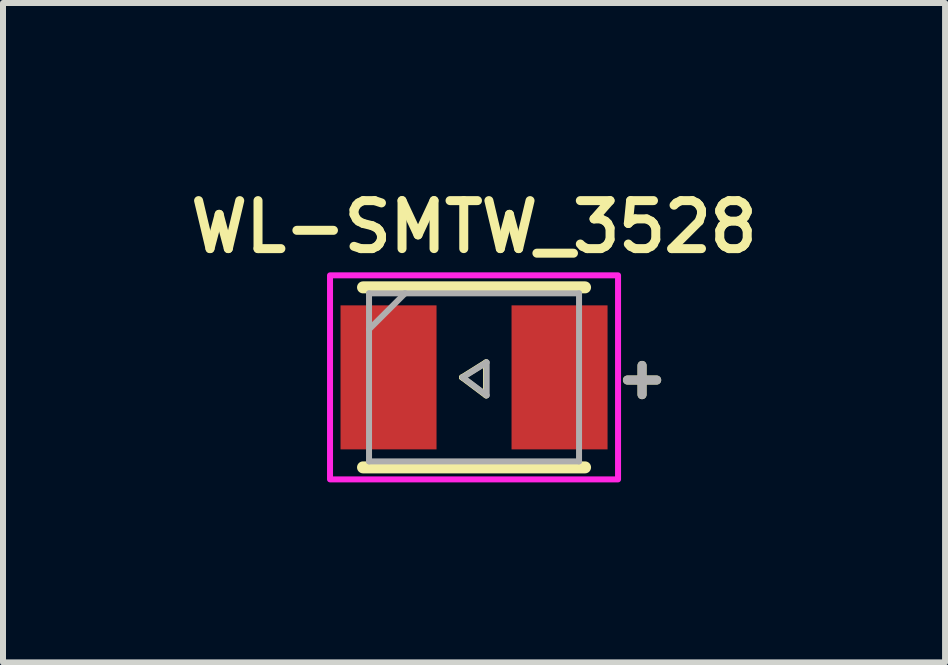
<source format=kicad_pcb>
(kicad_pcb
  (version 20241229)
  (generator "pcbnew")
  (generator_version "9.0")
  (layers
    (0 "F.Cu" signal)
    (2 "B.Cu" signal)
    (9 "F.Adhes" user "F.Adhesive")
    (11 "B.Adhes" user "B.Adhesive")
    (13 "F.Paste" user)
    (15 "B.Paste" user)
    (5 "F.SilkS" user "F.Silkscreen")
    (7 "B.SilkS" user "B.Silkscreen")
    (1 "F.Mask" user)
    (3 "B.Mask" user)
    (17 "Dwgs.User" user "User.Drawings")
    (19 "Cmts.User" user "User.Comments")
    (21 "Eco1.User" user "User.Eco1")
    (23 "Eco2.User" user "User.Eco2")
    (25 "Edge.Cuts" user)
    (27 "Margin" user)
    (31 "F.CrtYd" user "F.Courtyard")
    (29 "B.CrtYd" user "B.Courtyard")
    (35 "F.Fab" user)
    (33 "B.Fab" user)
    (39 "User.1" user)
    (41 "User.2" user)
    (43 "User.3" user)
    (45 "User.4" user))
  (footprint "WL-SMTW_3528"
    (layer "F.Cu")
    (at 4.85 3.239)
    (property "Reference" "WL-SMTW_3528" (at 0 -2.508 0) (layer "F.SilkS") (effects (font (size 0.8 0.8) (thickness 0.15))))
    (attr smd)
    (fp_line (start -1.85 -1.5) (end 1.85 -1.5) (stroke (width 0.2) (type solid)) (layer "F.SilkS"))
    (fp_line (start -0.2 0) (end 0.2 -0.25) (stroke (width 0.1) (type solid)) (layer "F.SilkS"))
    (fp_line (start 0.2 -0.25) (end 0.2 0.3) (stroke (width 0.1) (type solid)) (layer "F.SilkS"))
    (fp_line (start 0.2 0.3) (end -0.2 0) (stroke (width 0.1) (type solid)) (layer "F.SilkS"))
    (fp_line (start 1.85 1.5) (end -1.85 1.5) (stroke (width 0.2) (type solid)) (layer "F.SilkS"))
    (fp_poly (pts (xy 2.4 -1.7) (xy 2.4 1.7) (xy -2.4 1.7) (xy -2.4 -1.7)) (stroke (width 0.1) (type solid)) (fill no) (layer "F.CrtYd"))
    (fp_line (start -1.75 -1.4) (end -1.15 -1.4) (stroke (width 0.1) (type solid)) (layer "F.Fab"))
    (fp_line (start -1.75 -0.8) (end -1.75 -1.4) (stroke (width 0.1) (type solid)) (layer "F.Fab"))
    (fp_line (start -1.75 -0.8) (end -1.15 -1.4) (stroke (width 0.1) (type solid)) (layer "F.Fab"))
    (fp_line (start -1.75 1.4) (end -1.75 -0.8) (stroke (width 0.1) (type solid)) (layer "F.Fab"))
    (fp_line (start -1.15 -1.4) (end 1.75 -1.4) (stroke (width 0.1) (type solid)) (layer "F.Fab"))
    (fp_line (start -0.19 0) (end 0.21 -0.25) (stroke (width 0.1) (type solid)) (layer "F.Fab"))
    (fp_line (start 0.21 -0.25) (end 0.21 0.3) (stroke (width 0.1) (type solid)) (layer "F.Fab"))
    (fp_line (start 0.21 0.3) (end -0.19 0) (stroke (width 0.1) (type solid)) (layer "F.Fab"))
    (fp_line (start 1.75 -1.4) (end 1.75 1.4) (stroke (width 0.1) (type solid)) (layer "F.Fab"))
    (fp_line (start 1.75 1.4) (end -1.75 1.4) (stroke (width 0.1) (type solid)) (layer "F.Fab"))
    (fp_text user "+" (at 2.8 0 0) (layer "F.SilkS") (effects (font (size 0.64 0.64) (thickness 0.15))))
    (fp_text user "+" (at 2.8 0 0) (layer "F.Fab") (effects (font (size 0.64 0.64) (thickness 0.15))))
    (pad "1" smd rect (at -1.425 0) (size 1.6 2.4) (layers "F.Cu" "F.Mask" "F.Paste"))
    (pad "2" smd rect (at 1.425 0) (size 1.6 2.4) (layers "F.Cu" "F.Mask" "F.Paste")))
  (gr_rect
    (start -3 -3)
    (end 12.7 7.989)
    (stroke (width 0.1) (type default))
    (fill no)
    (layer "Edge.Cuts")))
</source>
